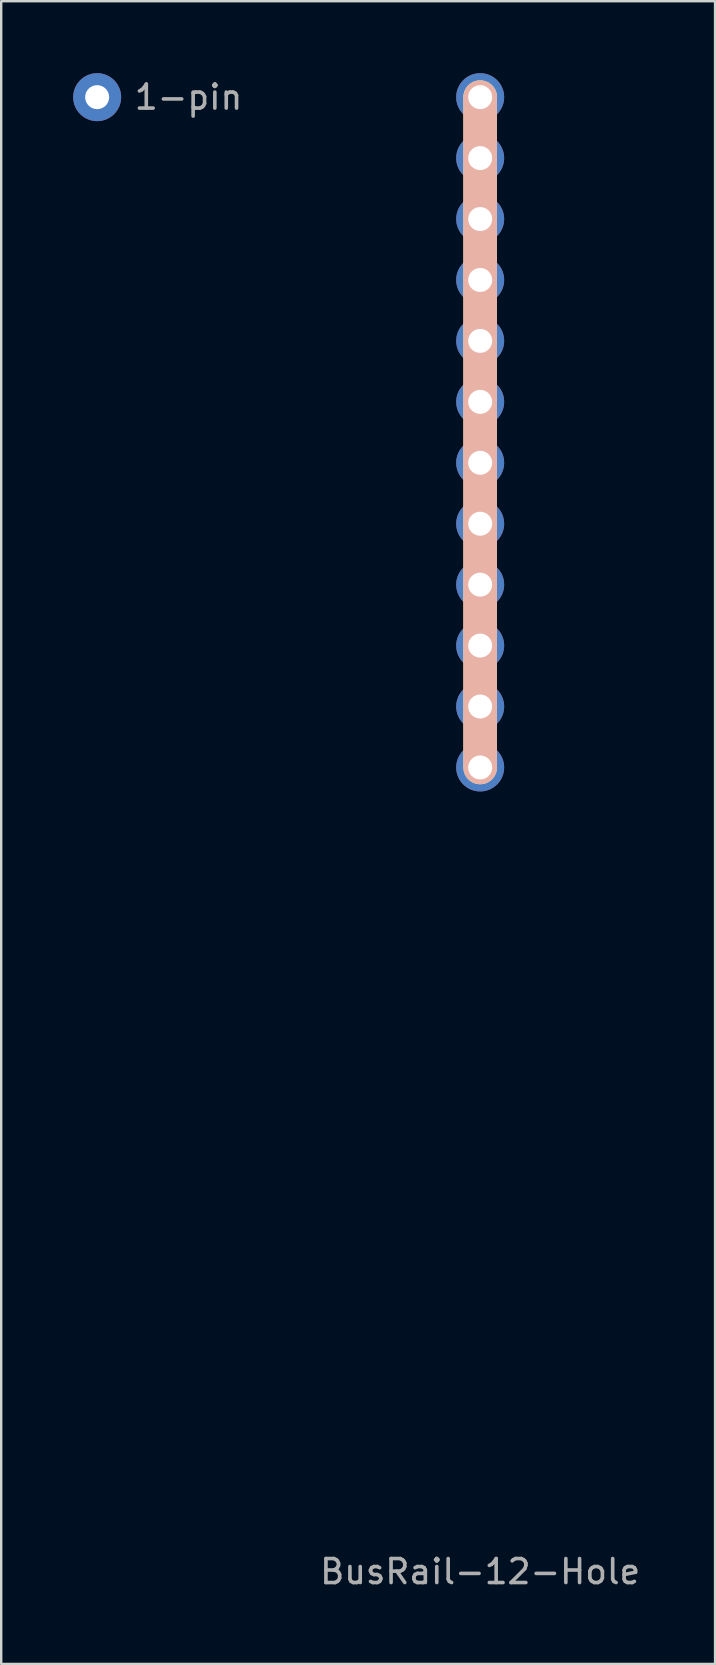
<source format=kicad_pcb>
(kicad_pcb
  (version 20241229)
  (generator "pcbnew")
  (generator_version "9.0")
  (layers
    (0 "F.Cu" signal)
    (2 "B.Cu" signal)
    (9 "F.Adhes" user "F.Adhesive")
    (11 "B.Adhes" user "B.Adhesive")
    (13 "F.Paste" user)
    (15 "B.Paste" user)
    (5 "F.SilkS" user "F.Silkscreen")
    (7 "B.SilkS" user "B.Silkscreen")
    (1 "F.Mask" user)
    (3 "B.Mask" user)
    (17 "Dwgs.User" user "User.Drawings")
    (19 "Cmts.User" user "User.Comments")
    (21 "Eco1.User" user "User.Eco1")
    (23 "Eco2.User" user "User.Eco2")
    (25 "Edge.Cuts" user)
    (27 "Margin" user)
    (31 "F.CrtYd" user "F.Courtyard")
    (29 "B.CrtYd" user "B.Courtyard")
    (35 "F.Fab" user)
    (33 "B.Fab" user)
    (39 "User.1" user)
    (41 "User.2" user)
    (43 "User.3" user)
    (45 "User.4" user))
  (footprint "1-pin"
    (layer "F.Cu")
    (at 1 1)
    (property "Reference" "1-pin" (at 3.81 0 180) (layer "F.Fab") (effects (font (size 1 1) (thickness 0.15))))
    (attr through_hole)
    (pad "1" thru_hole circle (at 0 0) (size 2 2) (drill 1) (layers "*.Cu" "*.Mask")))
  (footprint "BusRail-12-Hole"
    (layer "F.Cu")
    (at 16.965 1)
    (property "Reference" "BusRail-12-Hole" (at 0 61.46 0) (layer "F.Fab") (effects (font (size 1 1) (thickness 0.15))))
    (attr through_hole)
    (fp_line (start 0 0) (end 0 27.94) (stroke (width 1.4) (type solid)) (layer "F.SilkS"))
    (fp_line (start 0 0) (end 0 27.94) (stroke (width 1.4) (type solid)) (layer "B.SilkS"))
    (pad "1" thru_hole circle (at 0 0) (size 2 2) (drill 1) (layers "*.Cu" "*.Mask"))
    (pad "1" thru_hole circle (at 0 2.54) (size 2 2) (drill 1) (layers "*.Cu" "*.Mask"))
    (pad "1" thru_hole circle (at 0 5.08) (size 2 2) (drill 1) (layers "*.Cu" "*.Mask"))
    (pad "1" thru_hole circle (at 0 7.62) (size 2 2) (drill 1) (layers "*.Cu" "*.Mask"))
    (pad "1" thru_hole circle (at 0 10.16) (size 2 2) (drill 1) (layers "*.Cu" "*.Mask"))
    (pad "1" thru_hole circle (at 0 12.7) (size 2 2) (drill 1) (layers "*.Cu" "*.Mask"))
    (pad "1" thru_hole circle (at 0 15.24) (size 2 2) (drill 1) (layers "*.Cu" "*.Mask"))
    (pad "1" thru_hole circle (at 0 17.78) (size 2 2) (drill 1) (layers "*.Cu" "*.Mask"))
    (pad "1" thru_hole circle (at 0 20.32) (size 2 2) (drill 1) (layers "*.Cu" "*.Mask"))
    (pad "1" thru_hole circle (at 0 22.86) (size 2 2) (drill 1) (layers "*.Cu" "*.Mask"))
    (pad "1" thru_hole circle (at 0 25.4) (size 2 2) (drill 1) (layers "*.Cu" "*.Mask"))
    (pad "1" thru_hole circle (at 0 27.94) (size 2 2) (drill 1) (layers "*.Cu" "*.Mask"))
    (pad "2" smd rect (at 0 13.97) (size 1 27.94) (layers "B.Cu")))
  (gr_rect
    (start -3 -3)
    (end 26.756 66.308)
    (stroke (width 0.1) (type default))
    (fill no)
    (layer "Edge.Cuts")))
</source>
